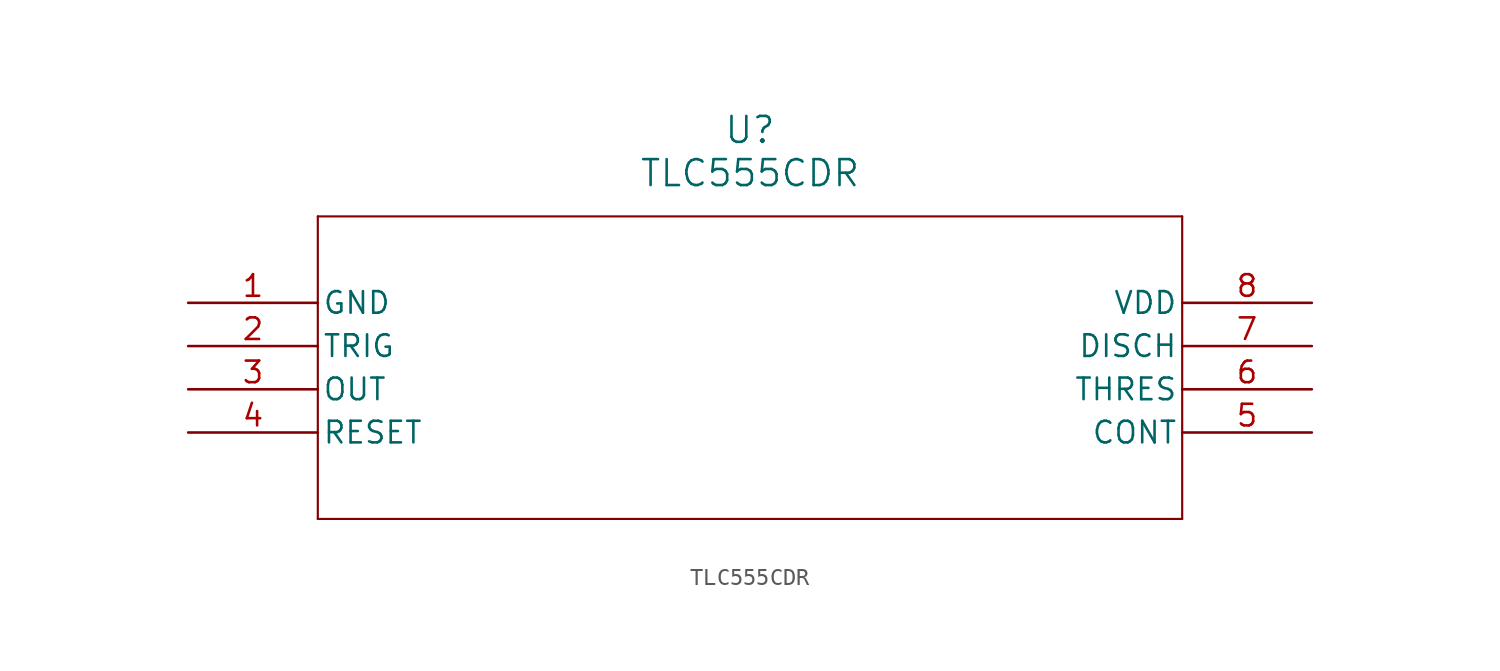
<source format=kicad_sym>
(kicad_symbol_lib
  (version 20241209)
  (generator "kicad_symbol_editor")
  (generator_version "9.0")
  (symbol "TLC555CDR"
    (pin_names
      (offset 0.254))
    (property "Reference" "U"
      (at 33.02 10.16 0)
      (effects (font (size 1.524 1.524))))
    (property "Value" "TLC555CDR"
      (at 33.02 7.62 0)
      (effects (font (size 1.524 1.524))))
    (symbol "TLC555CDR_0_1"
      (polyline (pts (xy 7.62 5.08) (xy 7.62 -12.7)) (stroke (width 0.127) (type default)) (fill (type none)))
      (polyline (pts (xy 7.62 -12.7) (xy 58.42 -12.7)) (stroke (width 0.127) (type default)) (fill (type none)))
      (polyline (pts (xy 58.42 5.08) (xy 7.62 5.08)) (stroke (width 0.127) (type default)) (fill (type none)))
      (polyline (pts (xy 58.42 -12.7) (xy 58.42 5.08)) (stroke (width 0.127) (type default)) (fill (type none)))
      (pin power_in line (at 0 0 0) (length 7.62) (name "GND" (effects (font (size 1.27 1.27)))) (number "1" (effects (font (size 1.27 1.27)))))
      (pin unspecified line (at 0 -2.54 0) (length 7.62) (name "TRIG" (effects (font (size 1.27 1.27)))) (number "2" (effects (font (size 1.27 1.27)))))
      (pin output line (at 0 -5.08 0) (length 7.62) (name "OUT" (effects (font (size 1.27 1.27)))) (number "3" (effects (font (size 1.27 1.27)))))
      (pin unspecified line (at 0 -7.62 0) (length 7.62) (name "RESET" (effects (font (size 1.27 1.27)))) (number "4" (effects (font (size 1.27 1.27)))))
      (pin power_in line (at 66.04 0 180) (length 7.62) (name "VDD" (effects (font (size 1.27 1.27)))) (number "8" (effects (font (size 1.27 1.27)))))
      (pin unspecified line (at 66.04 -2.54 180) (length 7.62) (name "DISCH" (effects (font (size 1.27 1.27)))) (number "7" (effects (font (size 1.27 1.27)))))
      (pin unspecified line (at 66.04 -5.08 180) (length 7.62) (name "THRES" (effects (font (size 1.27 1.27)))) (number "6" (effects (font (size 1.27 1.27)))))
      (pin unspecified line (at 66.04 -7.62 180) (length 7.62) (name "CONT" (effects (font (size 1.27 1.27)))) (number "5" (effects (font (size 1.27 1.27))))))))
</source>
